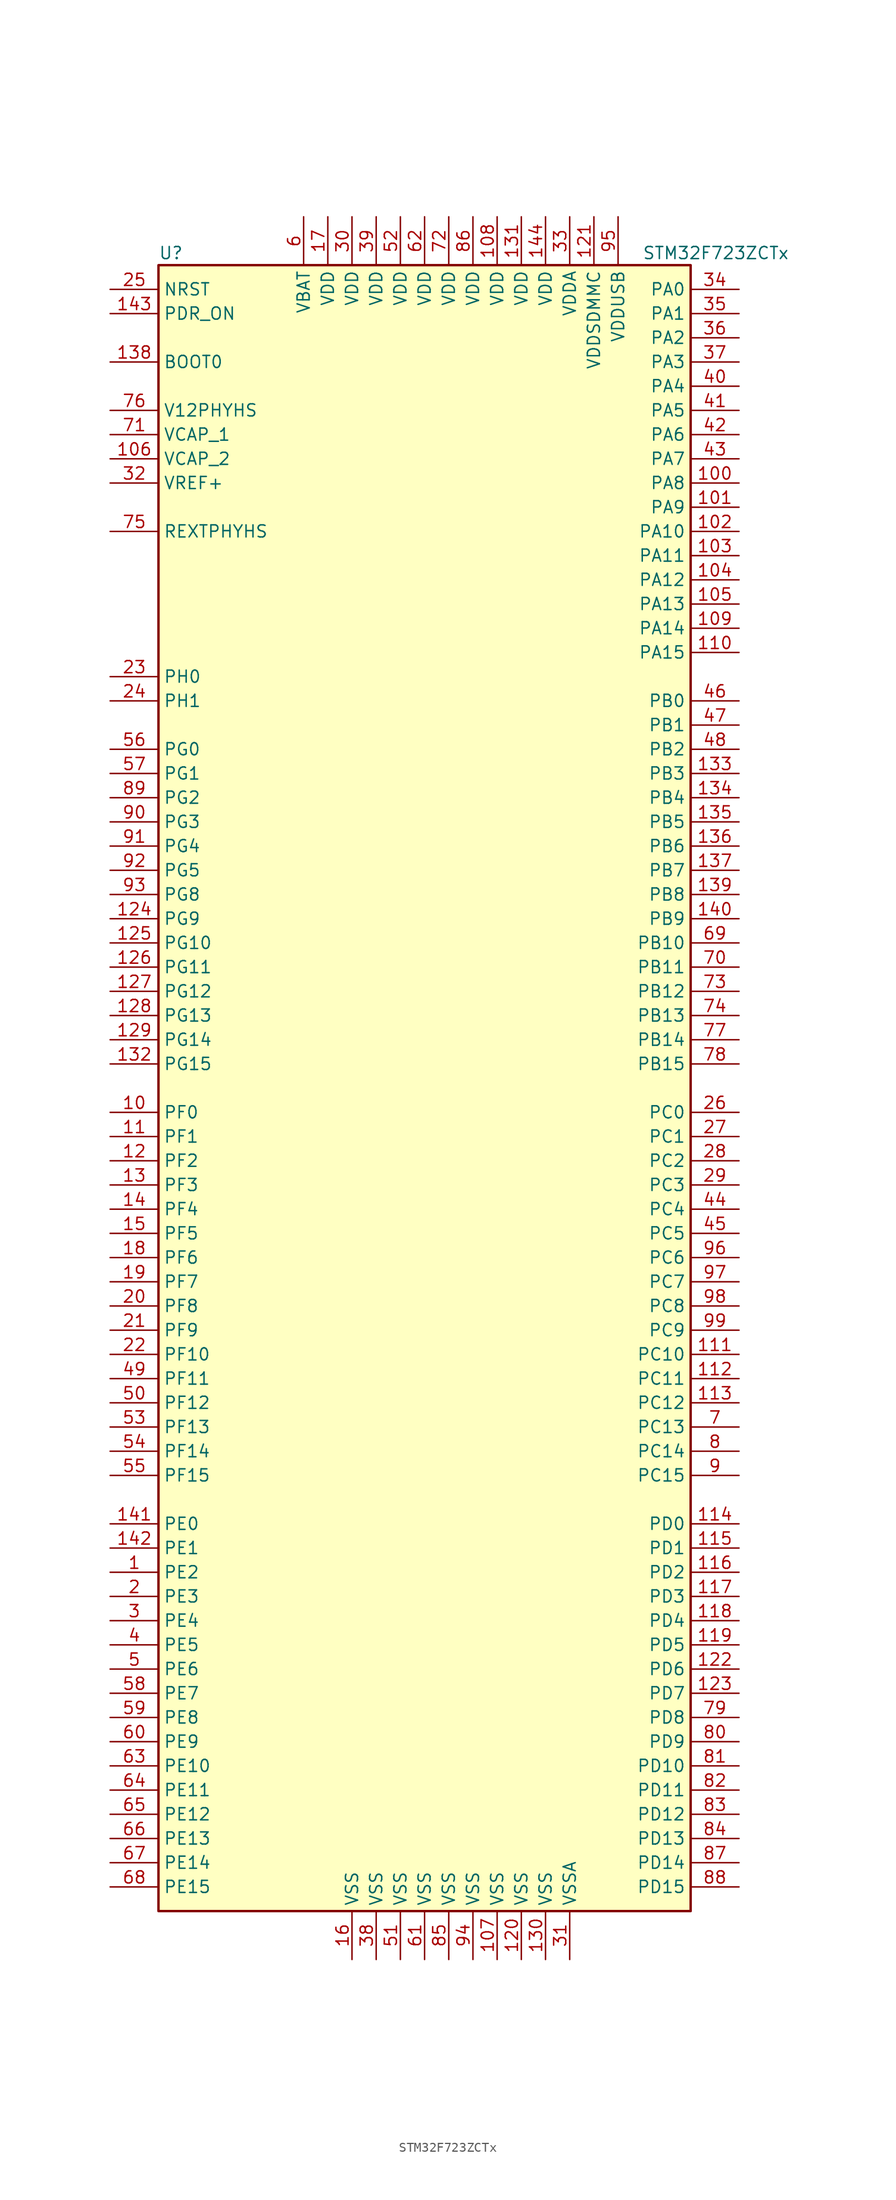
<source format=kicad_sym>
(kicad_symbol_lib
  (version 20201005)
  (generator kicad_symbol_editor)
  (symbol "STM32F723ZCTx"
    (property "Reference" "U"
      (at -27.94 87.63 0)
      (effects (font (size 1.27 1.27)) (justify left)))
    (property "Value" "STM32F723ZCTx"
      (at 22.86 87.63 0)
      (effects (font (size 1.27 1.27)) (justify left)))
    (symbol "STM32F723ZCTx_0_1"
      (rectangle (start -27.94 -86.36) (end 27.94 86.36) (stroke (width 0.254)) (fill (type background))))
    (symbol "STM32F723ZCTx_1_1"
      (pin input line (at -33.02 76.2 0) (length 5.08) (name "BOOT0" (effects (font (size 1.27 1.27)))) (number "138" (effects (font (size 1.27 1.27)))))
      (pin input line (at -33.02 83.82 0) (length 5.08) (name "NRST" (effects (font (size 1.27 1.27)))) (number "25" (effects (font (size 1.27 1.27)))))
      (pin bidirectional line (at 33.02 83.82 180) (length 5.08) (name "PA0" (effects (font (size 1.27 1.27)))) (number "34" (effects (font (size 1.27 1.27)))))
      (pin bidirectional line (at 33.02 81.28 180) (length 5.08) (name "PA1" (effects (font (size 1.27 1.27)))) (number "35" (effects (font (size 1.27 1.27)))))
      (pin bidirectional line (at 33.02 58.42 180) (length 5.08) (name "PA10" (effects (font (size 1.27 1.27)))) (number "102" (effects (font (size 1.27 1.27)))))
      (pin bidirectional line (at 33.02 55.88 180) (length 5.08) (name "PA11" (effects (font (size 1.27 1.27)))) (number "103" (effects (font (size 1.27 1.27)))))
      (pin bidirectional line (at 33.02 53.34 180) (length 5.08) (name "PA12" (effects (font (size 1.27 1.27)))) (number "104" (effects (font (size 1.27 1.27)))))
      (pin bidirectional line (at 33.02 50.8 180) (length 5.08) (name "PA13" (effects (font (size 1.27 1.27)))) (number "105" (effects (font (size 1.27 1.27)))))
      (pin bidirectional line (at 33.02 48.26 180) (length 5.08) (name "PA14" (effects (font (size 1.27 1.27)))) (number "109" (effects (font (size 1.27 1.27)))))
      (pin bidirectional line (at 33.02 45.72 180) (length 5.08) (name "PA15" (effects (font (size 1.27 1.27)))) (number "110" (effects (font (size 1.27 1.27)))))
      (pin bidirectional line (at 33.02 78.74 180) (length 5.08) (name "PA2" (effects (font (size 1.27 1.27)))) (number "36" (effects (font (size 1.27 1.27)))))
      (pin bidirectional line (at 33.02 76.2 180) (length 5.08) (name "PA3" (effects (font (size 1.27 1.27)))) (number "37" (effects (font (size 1.27 1.27)))))
      (pin bidirectional line (at 33.02 73.66 180) (length 5.08) (name "PA4" (effects (font (size 1.27 1.27)))) (number "40" (effects (font (size 1.27 1.27)))))
      (pin bidirectional line (at 33.02 71.12 180) (length 5.08) (name "PA5" (effects (font (size 1.27 1.27)))) (number "41" (effects (font (size 1.27 1.27)))))
      (pin bidirectional line (at 33.02 68.58 180) (length 5.08) (name "PA6" (effects (font (size 1.27 1.27)))) (number "42" (effects (font (size 1.27 1.27)))))
      (pin bidirectional line (at 33.02 66.04 180) (length 5.08) (name "PA7" (effects (font (size 1.27 1.27)))) (number "43" (effects (font (size 1.27 1.27)))))
      (pin bidirectional line (at 33.02 63.5 180) (length 5.08) (name "PA8" (effects (font (size 1.27 1.27)))) (number "100" (effects (font (size 1.27 1.27)))))
      (pin bidirectional line (at 33.02 60.96 180) (length 5.08) (name "PA9" (effects (font (size 1.27 1.27)))) (number "101" (effects (font (size 1.27 1.27)))))
      (pin bidirectional line (at 33.02 40.64 180) (length 5.08) (name "PB0" (effects (font (size 1.27 1.27)))) (number "46" (effects (font (size 1.27 1.27)))))
      (pin bidirectional line (at 33.02 38.1 180) (length 5.08) (name "PB1" (effects (font (size 1.27 1.27)))) (number "47" (effects (font (size 1.27 1.27)))))
      (pin bidirectional line (at 33.02 15.24 180) (length 5.08) (name "PB10" (effects (font (size 1.27 1.27)))) (number "69" (effects (font (size 1.27 1.27)))))
      (pin bidirectional line (at 33.02 12.7 180) (length 5.08) (name "PB11" (effects (font (size 1.27 1.27)))) (number "70" (effects (font (size 1.27 1.27)))))
      (pin bidirectional line (at 33.02 10.16 180) (length 5.08) (name "PB12" (effects (font (size 1.27 1.27)))) (number "73" (effects (font (size 1.27 1.27)))))
      (pin bidirectional line (at 33.02 7.62 180) (length 5.08) (name "PB13" (effects (font (size 1.27 1.27)))) (number "74" (effects (font (size 1.27 1.27)))))
      (pin bidirectional line (at 33.02 5.08 180) (length 5.08) (name "PB14" (effects (font (size 1.27 1.27)))) (number "77" (effects (font (size 1.27 1.27)))))
      (pin bidirectional line (at 33.02 2.54 180) (length 5.08) (name "PB15" (effects (font (size 1.27 1.27)))) (number "78" (effects (font (size 1.27 1.27)))))
      (pin bidirectional line (at 33.02 35.56 180) (length 5.08) (name "PB2" (effects (font (size 1.27 1.27)))) (number "48" (effects (font (size 1.27 1.27)))))
      (pin bidirectional line (at 33.02 33.02 180) (length 5.08) (name "PB3" (effects (font (size 1.27 1.27)))) (number "133" (effects (font (size 1.27 1.27)))))
      (pin bidirectional line (at 33.02 30.48 180) (length 5.08) (name "PB4" (effects (font (size 1.27 1.27)))) (number "134" (effects (font (size 1.27 1.27)))))
      (pin bidirectional line (at 33.02 27.94 180) (length 5.08) (name "PB5" (effects (font (size 1.27 1.27)))) (number "135" (effects (font (size 1.27 1.27)))))
      (pin bidirectional line (at 33.02 25.4 180) (length 5.08) (name "PB6" (effects (font (size 1.27 1.27)))) (number "136" (effects (font (size 1.27 1.27)))))
      (pin bidirectional line (at 33.02 22.86 180) (length 5.08) (name "PB7" (effects (font (size 1.27 1.27)))) (number "137" (effects (font (size 1.27 1.27)))))
      (pin bidirectional line (at 33.02 20.32 180) (length 5.08) (name "PB8" (effects (font (size 1.27 1.27)))) (number "139" (effects (font (size 1.27 1.27)))))
      (pin bidirectional line (at 33.02 17.78 180) (length 5.08) (name "PB9" (effects (font (size 1.27 1.27)))) (number "140" (effects (font (size 1.27 1.27)))))
      (pin bidirectional line (at 33.02 -2.54 180) (length 5.08) (name "PC0" (effects (font (size 1.27 1.27)))) (number "26" (effects (font (size 1.27 1.27)))))
      (pin bidirectional line (at 33.02 -5.08 180) (length 5.08) (name "PC1" (effects (font (size 1.27 1.27)))) (number "27" (effects (font (size 1.27 1.27)))))
      (pin bidirectional line (at 33.02 -27.94 180) (length 5.08) (name "PC10" (effects (font (size 1.27 1.27)))) (number "111" (effects (font (size 1.27 1.27)))))
      (pin bidirectional line (at 33.02 -30.48 180) (length 5.08) (name "PC11" (effects (font (size 1.27 1.27)))) (number "112" (effects (font (size 1.27 1.27)))))
      (pin bidirectional line (at 33.02 -33.02 180) (length 5.08) (name "PC12" (effects (font (size 1.27 1.27)))) (number "113" (effects (font (size 1.27 1.27)))))
      (pin bidirectional line (at 33.02 -35.56 180) (length 5.08) (name "PC13" (effects (font (size 1.27 1.27)))) (number "7" (effects (font (size 1.27 1.27)))))
      (pin bidirectional line (at 33.02 -38.1 180) (length 5.08) (name "PC14" (effects (font (size 1.27 1.27)))) (number "8" (effects (font (size 1.27 1.27)))))
      (pin bidirectional line (at 33.02 -40.64 180) (length 5.08) (name "PC15" (effects (font (size 1.27 1.27)))) (number "9" (effects (font (size 1.27 1.27)))))
      (pin bidirectional line (at 33.02 -7.62 180) (length 5.08) (name "PC2" (effects (font (size 1.27 1.27)))) (number "28" (effects (font (size 1.27 1.27)))))
      (pin bidirectional line (at 33.02 -10.16 180) (length 5.08) (name "PC3" (effects (font (size 1.27 1.27)))) (number "29" (effects (font (size 1.27 1.27)))))
      (pin bidirectional line (at 33.02 -12.7 180) (length 5.08) (name "PC4" (effects (font (size 1.27 1.27)))) (number "44" (effects (font (size 1.27 1.27)))))
      (pin bidirectional line (at 33.02 -15.24 180) (length 5.08) (name "PC5" (effects (font (size 1.27 1.27)))) (number "45" (effects (font (size 1.27 1.27)))))
      (pin bidirectional line (at 33.02 -17.78 180) (length 5.08) (name "PC6" (effects (font (size 1.27 1.27)))) (number "96" (effects (font (size 1.27 1.27)))))
      (pin bidirectional line (at 33.02 -20.32 180) (length 5.08) (name "PC7" (effects (font (size 1.27 1.27)))) (number "97" (effects (font (size 1.27 1.27)))))
      (pin bidirectional line (at 33.02 -22.86 180) (length 5.08) (name "PC8" (effects (font (size 1.27 1.27)))) (number "98" (effects (font (size 1.27 1.27)))))
      (pin bidirectional line (at 33.02 -25.4 180) (length 5.08) (name "PC9" (effects (font (size 1.27 1.27)))) (number "99" (effects (font (size 1.27 1.27)))))
      (pin bidirectional line (at 33.02 -45.72 180) (length 5.08) (name "PD0" (effects (font (size 1.27 1.27)))) (number "114" (effects (font (size 1.27 1.27)))))
      (pin bidirectional line (at 33.02 -48.26 180) (length 5.08) (name "PD1" (effects (font (size 1.27 1.27)))) (number "115" (effects (font (size 1.27 1.27)))))
      (pin bidirectional line (at 33.02 -71.12 180) (length 5.08) (name "PD10" (effects (font (size 1.27 1.27)))) (number "81" (effects (font (size 1.27 1.27)))))
      (pin bidirectional line (at 33.02 -73.66 180) (length 5.08) (name "PD11" (effects (font (size 1.27 1.27)))) (number "82" (effects (font (size 1.27 1.27)))))
      (pin bidirectional line (at 33.02 -76.2 180) (length 5.08) (name "PD12" (effects (font (size 1.27 1.27)))) (number "83" (effects (font (size 1.27 1.27)))))
      (pin bidirectional line (at 33.02 -78.74 180) (length 5.08) (name "PD13" (effects (font (size 1.27 1.27)))) (number "84" (effects (font (size 1.27 1.27)))))
      (pin bidirectional line (at 33.02 -81.28 180) (length 5.08) (name "PD14" (effects (font (size 1.27 1.27)))) (number "87" (effects (font (size 1.27 1.27)))))
      (pin bidirectional line (at 33.02 -83.82 180) (length 5.08) (name "PD15" (effects (font (size 1.27 1.27)))) (number "88" (effects (font (size 1.27 1.27)))))
      (pin bidirectional line (at 33.02 -50.8 180) (length 5.08) (name "PD2" (effects (font (size 1.27 1.27)))) (number "116" (effects (font (size 1.27 1.27)))))
      (pin bidirectional line (at 33.02 -53.34 180) (length 5.08) (name "PD3" (effects (font (size 1.27 1.27)))) (number "117" (effects (font (size 1.27 1.27)))))
      (pin bidirectional line (at 33.02 -55.88 180) (length 5.08) (name "PD4" (effects (font (size 1.27 1.27)))) (number "118" (effects (font (size 1.27 1.27)))))
      (pin bidirectional line (at 33.02 -58.42 180) (length 5.08) (name "PD5" (effects (font (size 1.27 1.27)))) (number "119" (effects (font (size 1.27 1.27)))))
      (pin bidirectional line (at 33.02 -60.96 180) (length 5.08) (name "PD6" (effects (font (size 1.27 1.27)))) (number "122" (effects (font (size 1.27 1.27)))))
      (pin bidirectional line (at 33.02 -63.5 180) (length 5.08) (name "PD7" (effects (font (size 1.27 1.27)))) (number "123" (effects (font (size 1.27 1.27)))))
      (pin bidirectional line (at 33.02 -66.04 180) (length 5.08) (name "PD8" (effects (font (size 1.27 1.27)))) (number "79" (effects (font (size 1.27 1.27)))))
      (pin bidirectional line (at 33.02 -68.58 180) (length 5.08) (name "PD9" (effects (font (size 1.27 1.27)))) (number "80" (effects (font (size 1.27 1.27)))))
      (pin input line (at -33.02 81.28 0) (length 5.08) (name "PDR_ON" (effects (font (size 1.27 1.27)))) (number "143" (effects (font (size 1.27 1.27)))))
      (pin bidirectional line (at -33.02 -45.72 0) (length 5.08) (name "PE0" (effects (font (size 1.27 1.27)))) (number "141" (effects (font (size 1.27 1.27)))))
      (pin bidirectional line (at -33.02 -48.26 0) (length 5.08) (name "PE1" (effects (font (size 1.27 1.27)))) (number "142" (effects (font (size 1.27 1.27)))))
      (pin bidirectional line (at -33.02 -71.12 0) (length 5.08) (name "PE10" (effects (font (size 1.27 1.27)))) (number "63" (effects (font (size 1.27 1.27)))))
      (pin bidirectional line (at -33.02 -73.66 0) (length 5.08) (name "PE11" (effects (font (size 1.27 1.27)))) (number "64" (effects (font (size 1.27 1.27)))))
      (pin bidirectional line (at -33.02 -76.2 0) (length 5.08) (name "PE12" (effects (font (size 1.27 1.27)))) (number "65" (effects (font (size 1.27 1.27)))))
      (pin bidirectional line (at -33.02 -78.74 0) (length 5.08) (name "PE13" (effects (font (size 1.27 1.27)))) (number "66" (effects (font (size 1.27 1.27)))))
      (pin bidirectional line (at -33.02 -81.28 0) (length 5.08) (name "PE14" (effects (font (size 1.27 1.27)))) (number "67" (effects (font (size 1.27 1.27)))))
      (pin bidirectional line (at -33.02 -83.82 0) (length 5.08) (name "PE15" (effects (font (size 1.27 1.27)))) (number "68" (effects (font (size 1.27 1.27)))))
      (pin bidirectional line (at -33.02 -50.8 0) (length 5.08) (name "PE2" (effects (font (size 1.27 1.27)))) (number "1" (effects (font (size 1.27 1.27)))))
      (pin bidirectional line (at -33.02 -53.34 0) (length 5.08) (name "PE3" (effects (font (size 1.27 1.27)))) (number "2" (effects (font (size 1.27 1.27)))))
      (pin bidirectional line (at -33.02 -55.88 0) (length 5.08) (name "PE4" (effects (font (size 1.27 1.27)))) (number "3" (effects (font (size 1.27 1.27)))))
      (pin bidirectional line (at -33.02 -58.42 0) (length 5.08) (name "PE5" (effects (font (size 1.27 1.27)))) (number "4" (effects (font (size 1.27 1.27)))))
      (pin bidirectional line (at -33.02 -60.96 0) (length 5.08) (name "PE6" (effects (font (size 1.27 1.27)))) (number "5" (effects (font (size 1.27 1.27)))))
      (pin bidirectional line (at -33.02 -63.5 0) (length 5.08) (name "PE7" (effects (font (size 1.27 1.27)))) (number "58" (effects (font (size 1.27 1.27)))))
      (pin bidirectional line (at -33.02 -66.04 0) (length 5.08) (name "PE8" (effects (font (size 1.27 1.27)))) (number "59" (effects (font (size 1.27 1.27)))))
      (pin bidirectional line (at -33.02 -68.58 0) (length 5.08) (name "PE9" (effects (font (size 1.27 1.27)))) (number "60" (effects (font (size 1.27 1.27)))))
      (pin bidirectional line (at -33.02 -2.54 0) (length 5.08) (name "PF0" (effects (font (size 1.27 1.27)))) (number "10" (effects (font (size 1.27 1.27)))))
      (pin bidirectional line (at -33.02 -5.08 0) (length 5.08) (name "PF1" (effects (font (size 1.27 1.27)))) (number "11" (effects (font (size 1.27 1.27)))))
      (pin bidirectional line (at -33.02 -27.94 0) (length 5.08) (name "PF10" (effects (font (size 1.27 1.27)))) (number "22" (effects (font (size 1.27 1.27)))))
      (pin bidirectional line (at -33.02 -30.48 0) (length 5.08) (name "PF11" (effects (font (size 1.27 1.27)))) (number "49" (effects (font (size 1.27 1.27)))))
      (pin bidirectional line (at -33.02 -33.02 0) (length 5.08) (name "PF12" (effects (font (size 1.27 1.27)))) (number "50" (effects (font (size 1.27 1.27)))))
      (pin bidirectional line (at -33.02 -35.56 0) (length 5.08) (name "PF13" (effects (font (size 1.27 1.27)))) (number "53" (effects (font (size 1.27 1.27)))))
      (pin bidirectional line (at -33.02 -38.1 0) (length 5.08) (name "PF14" (effects (font (size 1.27 1.27)))) (number "54" (effects (font (size 1.27 1.27)))))
      (pin bidirectional line (at -33.02 -40.64 0) (length 5.08) (name "PF15" (effects (font (size 1.27 1.27)))) (number "55" (effects (font (size 1.27 1.27)))))
      (pin bidirectional line (at -33.02 -7.62 0) (length 5.08) (name "PF2" (effects (font (size 1.27 1.27)))) (number "12" (effects (font (size 1.27 1.27)))))
      (pin bidirectional line (at -33.02 -10.16 0) (length 5.08) (name "PF3" (effects (font (size 1.27 1.27)))) (number "13" (effects (font (size 1.27 1.27)))))
      (pin bidirectional line (at -33.02 -12.7 0) (length 5.08) (name "PF4" (effects (font (size 1.27 1.27)))) (number "14" (effects (font (size 1.27 1.27)))))
      (pin bidirectional line (at -33.02 -15.24 0) (length 5.08) (name "PF5" (effects (font (size 1.27 1.27)))) (number "15" (effects (font (size 1.27 1.27)))))
      (pin bidirectional line (at -33.02 -17.78 0) (length 5.08) (name "PF6" (effects (font (size 1.27 1.27)))) (number "18" (effects (font (size 1.27 1.27)))))
      (pin bidirectional line (at -33.02 -20.32 0) (length 5.08) (name "PF7" (effects (font (size 1.27 1.27)))) (number "19" (effects (font (size 1.27 1.27)))))
      (pin bidirectional line (at -33.02 -22.86 0) (length 5.08) (name "PF8" (effects (font (size 1.27 1.27)))) (number "20" (effects (font (size 1.27 1.27)))))
      (pin bidirectional line (at -33.02 -25.4 0) (length 5.08) (name "PF9" (effects (font (size 1.27 1.27)))) (number "21" (effects (font (size 1.27 1.27)))))
      (pin bidirectional line (at -33.02 35.56 0) (length 5.08) (name "PG0" (effects (font (size 1.27 1.27)))) (number "56" (effects (font (size 1.27 1.27)))))
      (pin bidirectional line (at -33.02 33.02 0) (length 5.08) (name "PG1" (effects (font (size 1.27 1.27)))) (number "57" (effects (font (size 1.27 1.27)))))
      (pin bidirectional line (at -33.02 15.24 0) (length 5.08) (name "PG10" (effects (font (size 1.27 1.27)))) (number "125" (effects (font (size 1.27 1.27)))))
      (pin bidirectional line (at -33.02 12.7 0) (length 5.08) (name "PG11" (effects (font (size 1.27 1.27)))) (number "126" (effects (font (size 1.27 1.27)))))
      (pin bidirectional line (at -33.02 10.16 0) (length 5.08) (name "PG12" (effects (font (size 1.27 1.27)))) (number "127" (effects (font (size 1.27 1.27)))))
      (pin bidirectional line (at -33.02 7.62 0) (length 5.08) (name "PG13" (effects (font (size 1.27 1.27)))) (number "128" (effects (font (size 1.27 1.27)))))
      (pin bidirectional line (at -33.02 5.08 0) (length 5.08) (name "PG14" (effects (font (size 1.27 1.27)))) (number "129" (effects (font (size 1.27 1.27)))))
      (pin bidirectional line (at -33.02 2.54 0) (length 5.08) (name "PG15" (effects (font (size 1.27 1.27)))) (number "132" (effects (font (size 1.27 1.27)))))
      (pin bidirectional line (at -33.02 30.48 0) (length 5.08) (name "PG2" (effects (font (size 1.27 1.27)))) (number "89" (effects (font (size 1.27 1.27)))))
      (pin bidirectional line (at -33.02 27.94 0) (length 5.08) (name "PG3" (effects (font (size 1.27 1.27)))) (number "90" (effects (font (size 1.27 1.27)))))
      (pin bidirectional line (at -33.02 25.4 0) (length 5.08) (name "PG4" (effects (font (size 1.27 1.27)))) (number "91" (effects (font (size 1.27 1.27)))))
      (pin bidirectional line (at -33.02 22.86 0) (length 5.08) (name "PG5" (effects (font (size 1.27 1.27)))) (number "92" (effects (font (size 1.27 1.27)))))
      (pin bidirectional line (at -33.02 20.32 0) (length 5.08) (name "PG8" (effects (font (size 1.27 1.27)))) (number "93" (effects (font (size 1.27 1.27)))))
      (pin bidirectional line (at -33.02 17.78 0) (length 5.08) (name "PG9" (effects (font (size 1.27 1.27)))) (number "124" (effects (font (size 1.27 1.27)))))
      (pin input line (at -33.02 43.18 0) (length 5.08) (name "PH0" (effects (font (size 1.27 1.27)))) (number "23" (effects (font (size 1.27 1.27)))))
      (pin input line (at -33.02 40.64 0) (length 5.08) (name "PH1" (effects (font (size 1.27 1.27)))) (number "24" (effects (font (size 1.27 1.27)))))
      (pin bidirectional line (at -33.02 58.42 0) (length 5.08) (name "REXTPHYHS" (effects (font (size 1.27 1.27)))) (number "75" (effects (font (size 1.27 1.27)))))
      (pin power_in line (at -33.02 71.12 0) (length 5.08) (name "V12PHYHS" (effects (font (size 1.27 1.27)))) (number "76" (effects (font (size 1.27 1.27)))))
      (pin power_in line (at -12.7 91.44 270) (length 5.08) (name "VBAT" (effects (font (size 1.27 1.27)))) (number "6" (effects (font (size 1.27 1.27)))))
      (pin power_in line (at -33.02 68.58 0) (length 5.08) (name "VCAP_1" (effects (font (size 1.27 1.27)))) (number "71" (effects (font (size 1.27 1.27)))))
      (pin power_in line (at -33.02 66.04 0) (length 5.08) (name "VCAP_2" (effects (font (size 1.27 1.27)))) (number "106" (effects (font (size 1.27 1.27)))))
      (pin power_in line (at 7.62 91.44 270) (length 5.08) (name "VDD" (effects (font (size 1.27 1.27)))) (number "108" (effects (font (size 1.27 1.27)))))
      (pin power_in line (at 10.16 91.44 270) (length 5.08) (name "VDD" (effects (font (size 1.27 1.27)))) (number "131" (effects (font (size 1.27 1.27)))))
      (pin power_in line (at 12.7 91.44 270) (length 5.08) (name "VDD" (effects (font (size 1.27 1.27)))) (number "144" (effects (font (size 1.27 1.27)))))
      (pin power_in line (at -10.16 91.44 270) (length 5.08) (name "VDD" (effects (font (size 1.27 1.27)))) (number "17" (effects (font (size 1.27 1.27)))))
      (pin power_in line (at -7.62 91.44 270) (length 5.08) (name "VDD" (effects (font (size 1.27 1.27)))) (number "30" (effects (font (size 1.27 1.27)))))
      (pin power_in line (at -5.08 91.44 270) (length 5.08) (name "VDD" (effects (font (size 1.27 1.27)))) (number "39" (effects (font (size 1.27 1.27)))))
      (pin power_in line (at -2.54 91.44 270) (length 5.08) (name "VDD" (effects (font (size 1.27 1.27)))) (number "52" (effects (font (size 1.27 1.27)))))
      (pin power_in line (at 0 91.44 270) (length 5.08) (name "VDD" (effects (font (size 1.27 1.27)))) (number "62" (effects (font (size 1.27 1.27)))))
      (pin power_in line (at 2.54 91.44 270) (length 5.08) (name "VDD" (effects (font (size 1.27 1.27)))) (number "72" (effects (font (size 1.27 1.27)))))
      (pin power_in line (at 5.08 91.44 270) (length 5.08) (name "VDD" (effects (font (size 1.27 1.27)))) (number "86" (effects (font (size 1.27 1.27)))))
      (pin power_in line (at 15.24 91.44 270) (length 5.08) (name "VDDA" (effects (font (size 1.27 1.27)))) (number "33" (effects (font (size 1.27 1.27)))))
      (pin power_in line (at 17.78 91.44 270) (length 5.08) (name "VDDSDMMC" (effects (font (size 1.27 1.27)))) (number "121" (effects (font (size 1.27 1.27)))))
      (pin power_in line (at 20.32 91.44 270) (length 5.08) (name "VDDUSB" (effects (font (size 1.27 1.27)))) (number "95" (effects (font (size 1.27 1.27)))))
      (pin power_in line (at -33.02 63.5 0) (length 5.08) (name "VREF+" (effects (font (size 1.27 1.27)))) (number "32" (effects (font (size 1.27 1.27)))))
      (pin power_in line (at 7.62 -91.44 90) (length 5.08) (name "VSS" (effects (font (size 1.27 1.27)))) (number "107" (effects (font (size 1.27 1.27)))))
      (pin power_in line (at 10.16 -91.44 90) (length 5.08) (name "VSS" (effects (font (size 1.27 1.27)))) (number "120" (effects (font (size 1.27 1.27)))))
      (pin power_in line (at 12.7 -91.44 90) (length 5.08) (name "VSS" (effects (font (size 1.27 1.27)))) (number "130" (effects (font (size 1.27 1.27)))))
      (pin power_in line (at -7.62 -91.44 90) (length 5.08) (name "VSS" (effects (font (size 1.27 1.27)))) (number "16" (effects (font (size 1.27 1.27)))))
      (pin power_in line (at -5.08 -91.44 90) (length 5.08) (name "VSS" (effects (font (size 1.27 1.27)))) (number "38" (effects (font (size 1.27 1.27)))))
      (pin power_in line (at -2.54 -91.44 90) (length 5.08) (name "VSS" (effects (font (size 1.27 1.27)))) (number "51" (effects (font (size 1.27 1.27)))))
      (pin power_in line (at 0 -91.44 90) (length 5.08) (name "VSS" (effects (font (size 1.27 1.27)))) (number "61" (effects (font (size 1.27 1.27)))))
      (pin power_in line (at 2.54 -91.44 90) (length 5.08) (name "VSS" (effects (font (size 1.27 1.27)))) (number "85" (effects (font (size 1.27 1.27)))))
      (pin power_in line (at 5.08 -91.44 90) (length 5.08) (name "VSS" (effects (font (size 1.27 1.27)))) (number "94" (effects (font (size 1.27 1.27)))))
      (pin power_in line (at 15.24 -91.44 90) (length 5.08) (name "VSSA" (effects (font (size 1.27 1.27)))) (number "31" (effects (font (size 1.27 1.27))))))))
</source>
